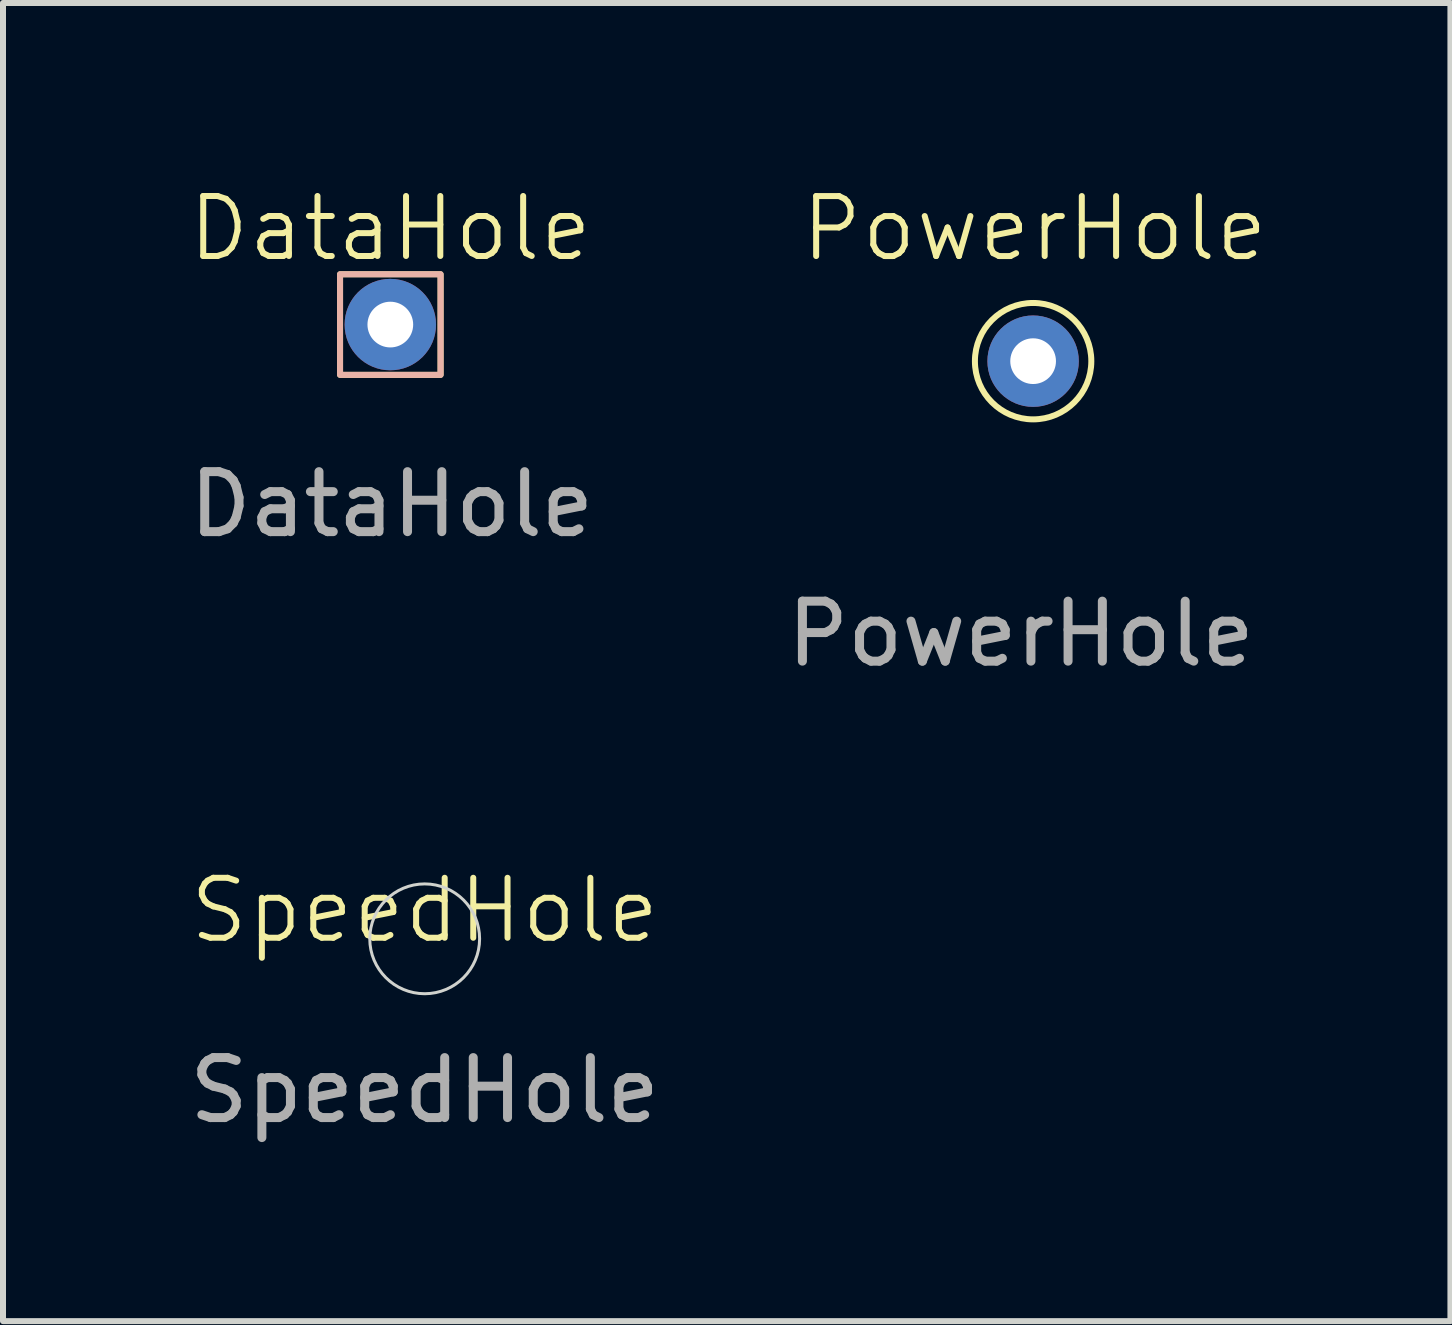
<source format=kicad_pcb>
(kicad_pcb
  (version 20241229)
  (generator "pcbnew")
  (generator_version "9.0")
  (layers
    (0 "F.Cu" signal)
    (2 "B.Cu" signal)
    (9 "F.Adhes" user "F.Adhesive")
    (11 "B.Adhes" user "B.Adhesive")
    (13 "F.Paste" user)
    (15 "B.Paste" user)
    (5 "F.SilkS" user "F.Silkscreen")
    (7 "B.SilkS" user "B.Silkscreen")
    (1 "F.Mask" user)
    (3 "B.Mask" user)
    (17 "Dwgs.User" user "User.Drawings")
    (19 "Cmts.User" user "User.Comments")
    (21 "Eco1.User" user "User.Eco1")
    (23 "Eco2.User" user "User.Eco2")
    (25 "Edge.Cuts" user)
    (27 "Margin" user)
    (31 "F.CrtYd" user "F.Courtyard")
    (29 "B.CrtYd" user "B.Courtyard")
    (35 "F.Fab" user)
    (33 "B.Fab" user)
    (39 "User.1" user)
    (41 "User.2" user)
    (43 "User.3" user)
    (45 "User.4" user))
  (footprint "SpeedHole"
    (layer "F.Cu")
    (at 4.03 12.626)
    (property "Reference" "SpeedHole" (at 0 -0.5 0) (unlocked yes) (layer "F.SilkS") (effects (font (size 1 1) (thickness 0.1))))
    (attr through_hole)
    (fp_circle (center 0 -0.025) (end 0.914 -0.076) (stroke (width 0.05) (type default)) (fill no) (layer "Edge.Cuts"))
    (fp_text user "${REFERENCE}" (at 0 2.5 0) (unlocked yes) (layer "F.Fab") (effects (font (size 1 1) (thickness 0.15)))))
  (footprint "DataHole"
    (layer "F.Cu")
    (at 3.457 2.386)
    (property "Reference" "DataHole" (at 0 -1.626 0) (unlocked yes) (layer "F.SilkS") (effects (font (size 1 1) (thickness 0.1))))
    (attr through_hole)
    (fp_rect (start -0.838 -0.864) (end 0.838 0.813) (stroke (width 0.1) (type default)) (fill no) (layer "F.SilkS"))
    (fp_rect (start -0.838 -0.864) (end 0.838 0.813) (stroke (width 0.1) (type default)) (fill no) (layer "B.SilkS"))
    (fp_text user "${REFERENCE}" (at 0.025 2.972 0) (unlocked yes) (layer "F.Fab") (effects (font (size 1 1) (thickness 0.15))))
    (pad "1" thru_hole circle (at 0 -0.025) (size 1.524 1.524) (drill 0.762) (layers "*.Cu" "*.Mask")))
  (footprint "PowerHole"
    (layer "F.Cu")
    (at 14.148 2.996)
    (property "Reference" "PowerHole" (at 0.051 -2.235 0) (unlocked yes) (layer "F.SilkS") (effects (font (size 1 1) (thickness 0.1))))
    (attr through_hole)
    (fp_circle (center 0.025 -0.025) (end -0.076 0.94) (stroke (width 0.1) (type default)) (fill no) (layer "F.SilkS"))
    (fp_text user "${REFERENCE}" (at -0.178 4.521 0) (unlocked yes) (layer "F.Fab") (effects (font (size 1 1) (thickness 0.15))))
    (pad "1" thru_hole circle (at 0.025 -0.025) (size 1.524 1.524) (drill 0.762) (layers "*.Cu" "*.Mask")))
  (gr_rect
    (start -3 -3)
    (end 21.13 18.974)
    (stroke (width 0.1) (type default))
    (fill no)
    (layer "Edge.Cuts")))
</source>
